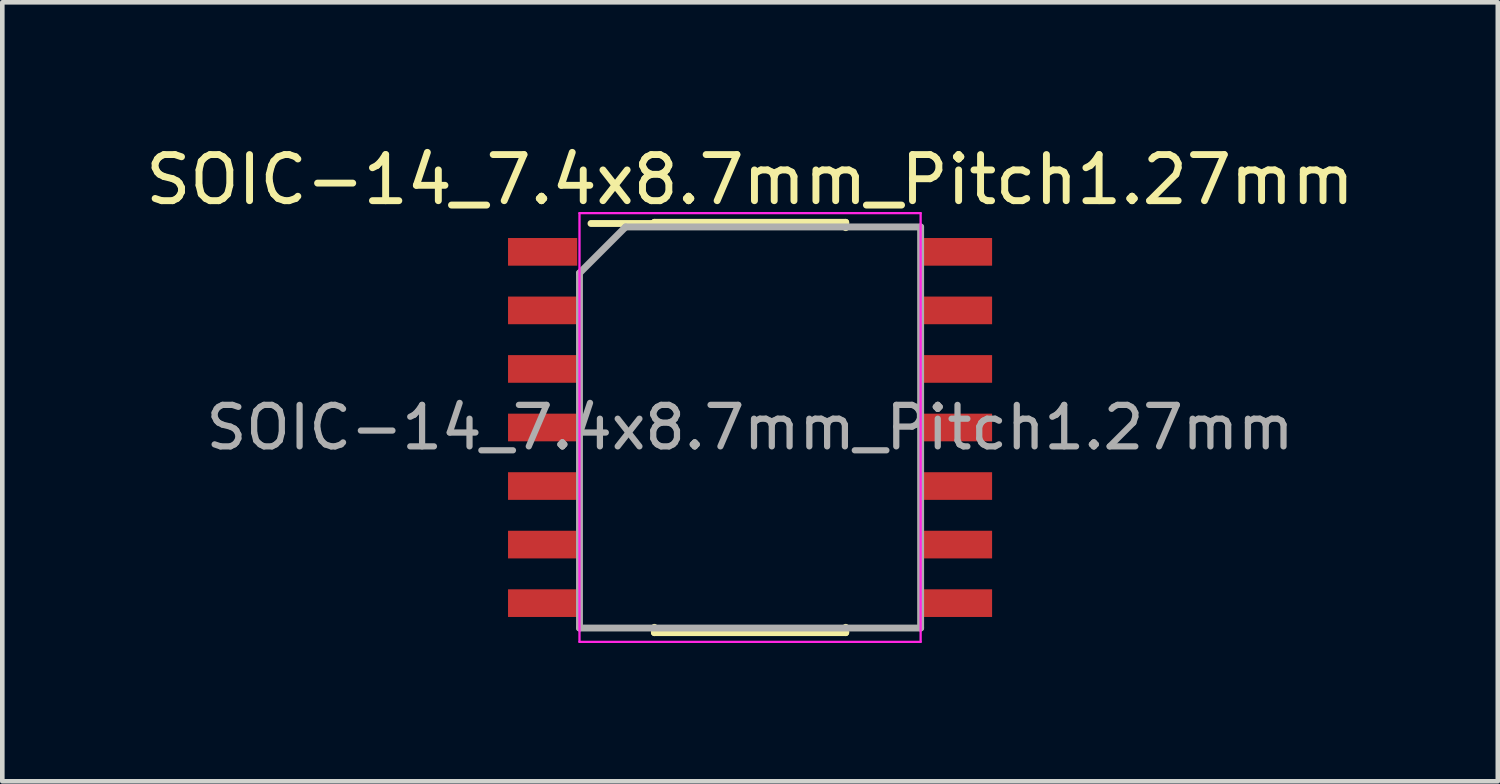
<source format=kicad_pcb>
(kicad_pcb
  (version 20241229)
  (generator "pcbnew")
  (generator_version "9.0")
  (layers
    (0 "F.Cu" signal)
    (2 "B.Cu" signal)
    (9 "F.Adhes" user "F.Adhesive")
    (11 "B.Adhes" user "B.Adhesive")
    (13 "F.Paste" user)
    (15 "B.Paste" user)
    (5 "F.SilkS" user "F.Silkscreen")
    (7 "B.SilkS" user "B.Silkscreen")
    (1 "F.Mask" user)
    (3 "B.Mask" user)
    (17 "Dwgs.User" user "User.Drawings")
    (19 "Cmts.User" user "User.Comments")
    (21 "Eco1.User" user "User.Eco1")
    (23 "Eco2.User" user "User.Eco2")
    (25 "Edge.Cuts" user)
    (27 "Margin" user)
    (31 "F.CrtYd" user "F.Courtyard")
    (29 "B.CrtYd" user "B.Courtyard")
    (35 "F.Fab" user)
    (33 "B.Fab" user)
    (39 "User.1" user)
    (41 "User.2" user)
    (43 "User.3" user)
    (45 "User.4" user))
  (footprint "SOIC-14_7.4x8.7mm_Pitch1.27mm"
    (layer "F.Cu")
    (at 13.22 6.223)
    (property "Reference" "SOIC-14_7.4x8.7mm_Pitch1.27mm" (at 0 -5.375 0) (layer "F.SilkS") (effects (font (size 1 1) (thickness 0.15))))
    (attr smd)
    (fp_line (start -2.075 -4.45) (end -2.075 -4.425) (stroke (width 0.15) (type solid)) (layer "F.SilkS"))
    (fp_line (start -2.075 -4.45) (end 2.075 -4.45) (stroke (width 0.15) (type solid)) (layer "F.SilkS"))
    (fp_line (start -2.075 -4.425) (end -3.45 -4.425) (stroke (width 0.15) (type solid)) (layer "F.SilkS"))
    (fp_line (start -2.075 4.45) (end -2.075 4.335) (stroke (width 0.15) (type solid)) (layer "F.SilkS"))
    (fp_line (start -2.075 4.45) (end 2.075 4.45) (stroke (width 0.15) (type solid)) (layer "F.SilkS"))
    (fp_line (start 2.075 -4.45) (end 2.075 -4.335) (stroke (width 0.15) (type solid)) (layer "F.SilkS"))
    (fp_line (start 2.075 4.45) (end 2.075 4.335) (stroke (width 0.15) (type solid)) (layer "F.SilkS"))
    (fp_line (start -3.7 -4.65) (end -3.7 4.65) (stroke (width 0.05) (type solid)) (layer "F.CrtYd"))
    (fp_line (start -3.7 -4.65) (end 3.7 -4.65) (stroke (width 0.05) (type solid)) (layer "F.CrtYd"))
    (fp_line (start -3.7 4.65) (end 3.7 4.65) (stroke (width 0.05) (type solid)) (layer "F.CrtYd"))
    (fp_line (start 3.7 -4.65) (end 3.7 4.65) (stroke (width 0.05) (type solid)) (layer "F.CrtYd"))
    (fp_line (start -3.7 -3.35) (end -2.7 -4.35) (stroke (width 0.15) (type solid)) (layer "F.Fab"))
    (fp_line (start -3.7 4.35) (end -3.7 -3.35) (stroke (width 0.15) (type solid)) (layer "F.Fab"))
    (fp_line (start -2.7 -4.35) (end 3.7 -4.35) (stroke (width 0.15) (type solid)) (layer "F.Fab"))
    (fp_line (start 3.7 -4.35) (end 3.7 4.35) (stroke (width 0.15) (type solid)) (layer "F.Fab"))
    (fp_line (start 3.7 4.35) (end -3.7 4.35) (stroke (width 0.15) (type solid)) (layer "F.Fab"))
    (fp_text user "${REFERENCE}" (at 0 0 0) (layer "F.Fab") (effects (font (size 0.9 0.9) (thickness 0.135))))
    (pad "1" smd rect (at -4.5 -3.81) (size 1.5 0.6) (layers "F.Cu" "F.Mask" "F.Paste"))
    (pad "2" smd rect (at -4.5 -2.54) (size 1.5 0.6) (layers "F.Cu" "F.Mask" "F.Paste"))
    (pad "3" smd rect (at -4.5 -1.27) (size 1.5 0.6) (layers "F.Cu" "F.Mask" "F.Paste"))
    (pad "4" smd rect (at -4.5 0) (size 1.5 0.6) (layers "F.Cu" "F.Mask" "F.Paste"))
    (pad "5" smd rect (at -4.5 1.27) (size 1.5 0.6) (layers "F.Cu" "F.Mask" "F.Paste"))
    (pad "6" smd rect (at -4.5 2.54) (size 1.5 0.6) (layers "F.Cu" "F.Mask" "F.Paste"))
    (pad "7" smd rect (at -4.5 3.81) (size 1.5 0.6) (layers "F.Cu" "F.Mask" "F.Paste"))
    (pad "8" smd rect (at 4.5 3.81) (size 1.5 0.6) (layers "F.Cu" "F.Mask" "F.Paste"))
    (pad "9" smd rect (at 4.5 2.54) (size 1.5 0.6) (layers "F.Cu" "F.Mask" "F.Paste"))
    (pad "10" smd rect (at 4.5 1.27) (size 1.5 0.6) (layers "F.Cu" "F.Mask" "F.Paste"))
    (pad "11" smd rect (at 4.5 0) (size 1.5 0.6) (layers "F.Cu" "F.Mask" "F.Paste"))
    (pad "12" smd rect (at 4.5 -1.27) (size 1.5 0.6) (layers "F.Cu" "F.Mask" "F.Paste"))
    (pad "13" smd rect (at 4.5 -2.54) (size 1.5 0.6) (layers "F.Cu" "F.Mask" "F.Paste"))
    (pad "14" smd rect (at 4.5 -3.81) (size 1.5 0.6) (layers "F.Cu" "F.Mask" "F.Paste")))
  (gr_rect
    (start -3 -3)
    (end 29.44 13.898)
    (stroke (width 0.1) (type default))
    (fill no)
    (layer "Edge.Cuts")))
</source>
